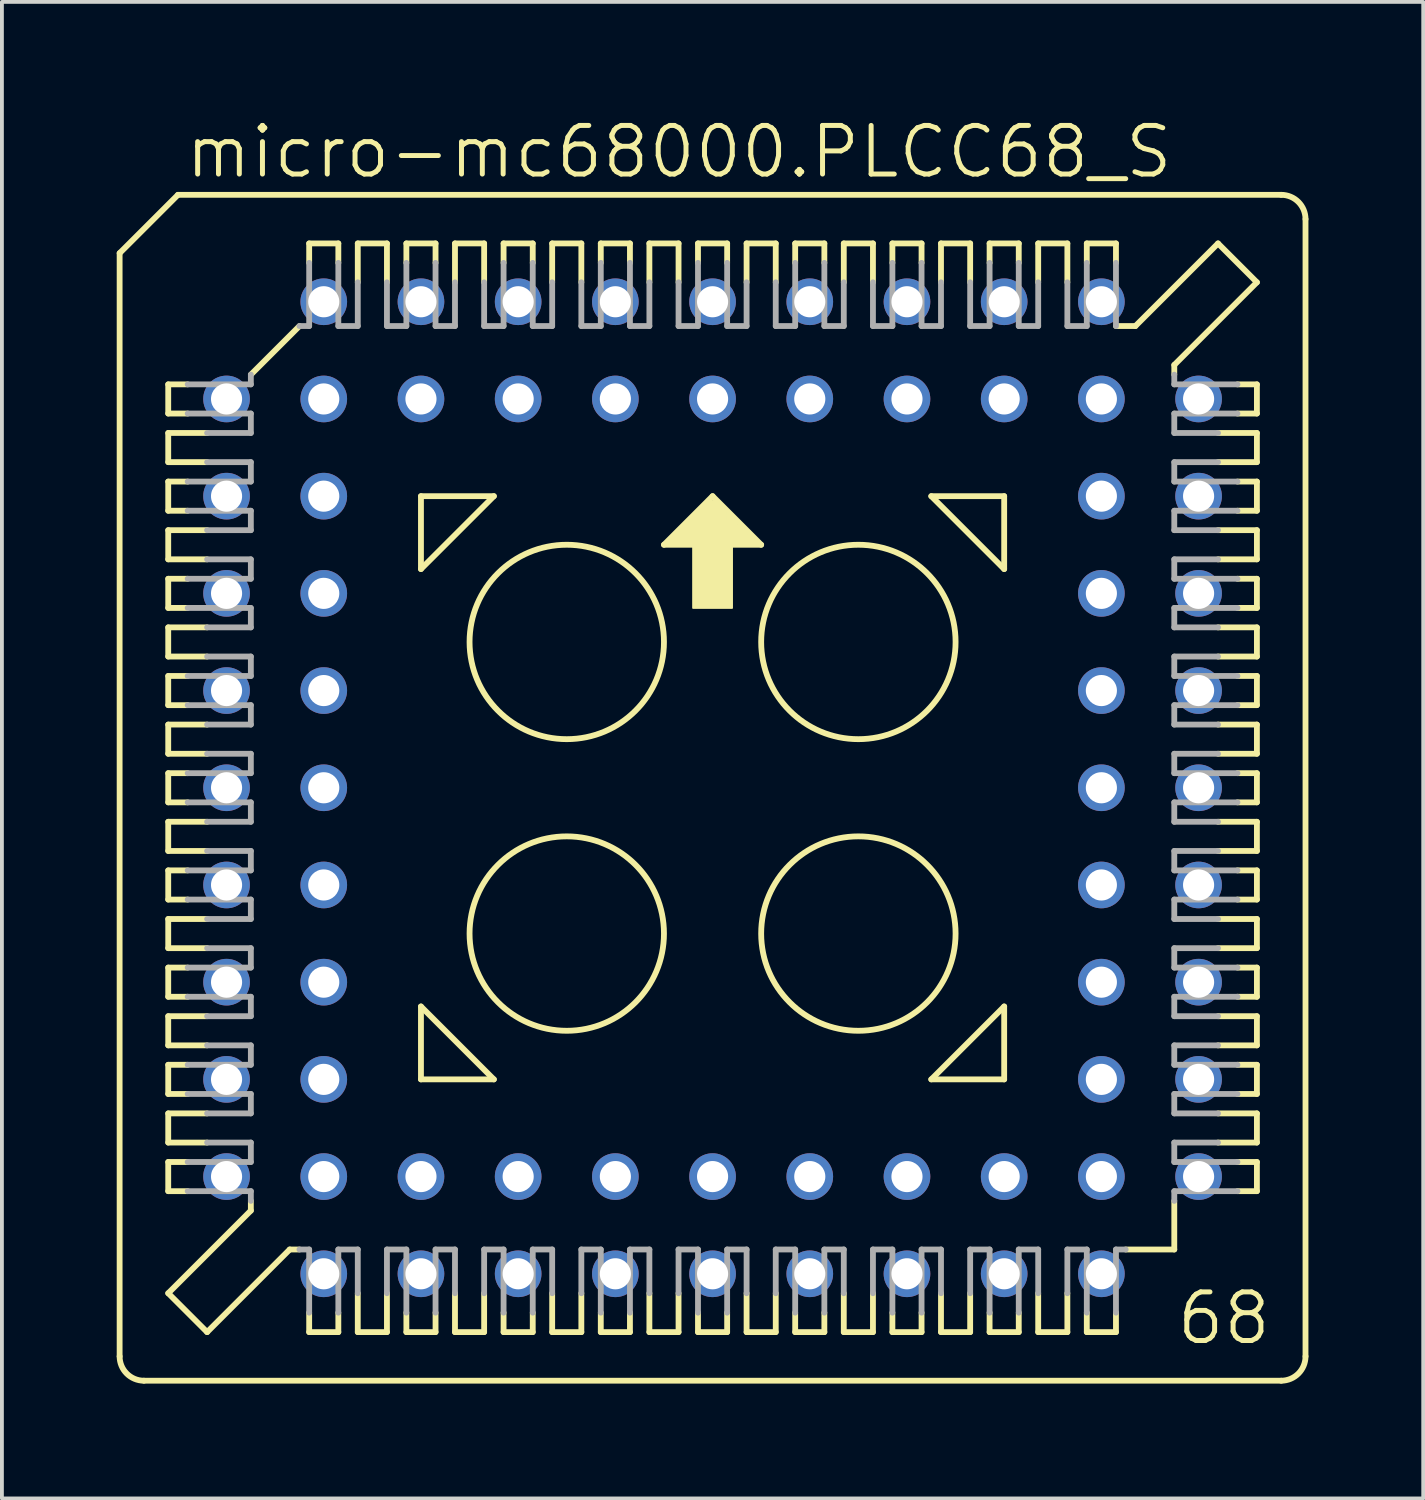
<source format=kicad_pcb>
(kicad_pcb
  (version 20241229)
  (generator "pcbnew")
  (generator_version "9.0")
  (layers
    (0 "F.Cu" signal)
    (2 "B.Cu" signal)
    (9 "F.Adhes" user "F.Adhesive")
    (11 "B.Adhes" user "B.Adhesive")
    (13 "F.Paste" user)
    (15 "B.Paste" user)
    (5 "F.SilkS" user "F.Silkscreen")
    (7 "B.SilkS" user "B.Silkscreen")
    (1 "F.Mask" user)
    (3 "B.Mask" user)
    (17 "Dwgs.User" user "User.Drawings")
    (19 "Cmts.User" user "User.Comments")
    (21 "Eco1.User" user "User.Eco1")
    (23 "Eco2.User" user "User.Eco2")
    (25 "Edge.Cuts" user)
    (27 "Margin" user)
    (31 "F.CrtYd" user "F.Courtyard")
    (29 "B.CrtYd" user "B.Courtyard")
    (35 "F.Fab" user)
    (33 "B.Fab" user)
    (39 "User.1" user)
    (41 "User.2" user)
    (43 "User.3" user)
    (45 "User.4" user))
  (footprint "micro-mc68000.PLCC68_S"
    (layer "F.Cu")
    (at 15.57 17.535)
    (property "Reference" "micro-mc68000.PLCC68_S" (at -13.843 -15.875 0) (layer "F.SilkS") (effects (font (size 1.27 1.27) (thickness 0.13)) (justify left bottom)))
    (attr through_hole)
    (fp_line (start -15.494 -13.97) (end -15.494 14.859) (stroke (width 0.152) (type default)) (layer "F.SilkS"))
    (fp_line (start -14.224 -10.541) (end -14.224 -9.779) (stroke (width 0.152) (type default)) (layer "F.SilkS"))
    (fp_line (start -14.224 -9.779) (end -13.716 -9.779) (stroke (width 0.152) (type default)) (layer "F.SilkS"))
    (fp_line (start -14.224 -9.271) (end -14.224 -8.509) (stroke (width 0.152) (type default)) (layer "F.SilkS"))
    (fp_line (start -14.224 -8.509) (end -13.208 -8.509) (stroke (width 0.152) (type default)) (layer "F.SilkS"))
    (fp_line (start -14.224 -8.001) (end -13.716 -8.001) (stroke (width 0.152) (type default)) (layer "F.SilkS"))
    (fp_line (start -14.224 -7.239) (end -14.224 -8.001) (stroke (width 0.152) (type default)) (layer "F.SilkS"))
    (fp_line (start -14.224 -6.731) (end -14.224 -5.969) (stroke (width 0.152) (type default)) (layer "F.SilkS"))
    (fp_line (start -14.224 -5.969) (end -13.208 -5.969) (stroke (width 0.152) (type default)) (layer "F.SilkS"))
    (fp_line (start -14.224 -5.461) (end -14.224 -4.699) (stroke (width 0.152) (type default)) (layer "F.SilkS"))
    (fp_line (start -14.224 -4.699) (end -13.716 -4.699) (stroke (width 0.152) (type default)) (layer "F.SilkS"))
    (fp_line (start -14.224 -4.191) (end -14.224 -3.429) (stroke (width 0.152) (type default)) (layer "F.SilkS"))
    (fp_line (start -14.224 -3.429) (end -13.208 -3.429) (stroke (width 0.152) (type default)) (layer "F.SilkS"))
    (fp_line (start -14.224 -2.921) (end -14.224 -2.159) (stroke (width 0.152) (type default)) (layer "F.SilkS"))
    (fp_line (start -14.224 -2.159) (end -13.716 -2.159) (stroke (width 0.152) (type default)) (layer "F.SilkS"))
    (fp_line (start -14.224 -1.651) (end -13.208 -1.651) (stroke (width 0.152) (type default)) (layer "F.SilkS"))
    (fp_line (start -14.224 -0.889) (end -14.224 -1.651) (stroke (width 0.152) (type default)) (layer "F.SilkS"))
    (fp_line (start -14.224 -0.381) (end -13.716 -0.381) (stroke (width 0.152) (type default)) (layer "F.SilkS"))
    (fp_line (start -14.224 0.381) (end -14.224 -0.381) (stroke (width 0.152) (type default)) (layer "F.SilkS"))
    (fp_line (start -14.224 0.889) (end -13.208 0.889) (stroke (width 0.152) (type default)) (layer "F.SilkS"))
    (fp_line (start -14.224 1.651) (end -14.224 0.889) (stroke (width 0.152) (type default)) (layer "F.SilkS"))
    (fp_line (start -14.224 2.159) (end -13.716 2.159) (stroke (width 0.152) (type default)) (layer "F.SilkS"))
    (fp_line (start -14.224 2.921) (end -14.224 2.159) (stroke (width 0.152) (type default)) (layer "F.SilkS"))
    (fp_line (start -14.224 3.429) (end -13.208 3.429) (stroke (width 0.152) (type default)) (layer "F.SilkS"))
    (fp_line (start -14.224 4.191) (end -14.224 3.429) (stroke (width 0.152) (type default)) (layer "F.SilkS"))
    (fp_line (start -14.224 4.699) (end -13.716 4.699) (stroke (width 0.152) (type default)) (layer "F.SilkS"))
    (fp_line (start -14.224 5.461) (end -14.224 4.699) (stroke (width 0.152) (type default)) (layer "F.SilkS"))
    (fp_line (start -14.224 5.969) (end -14.224 6.731) (stroke (width 0.152) (type default)) (layer "F.SilkS"))
    (fp_line (start -14.224 6.731) (end -13.208 6.731) (stroke (width 0.152) (type default)) (layer "F.SilkS"))
    (fp_line (start -14.224 7.239) (end -14.224 8.001) (stroke (width 0.152) (type default)) (layer "F.SilkS"))
    (fp_line (start -14.224 8.001) (end -13.716 8.001) (stroke (width 0.152) (type default)) (layer "F.SilkS"))
    (fp_line (start -14.224 8.509) (end -14.224 9.271) (stroke (width 0.152) (type default)) (layer "F.SilkS"))
    (fp_line (start -14.224 9.271) (end -13.208 9.271) (stroke (width 0.152) (type default)) (layer "F.SilkS"))
    (fp_line (start -14.224 9.779) (end -13.716 9.779) (stroke (width 0.152) (type default)) (layer "F.SilkS"))
    (fp_line (start -14.224 10.541) (end -14.224 9.779) (stroke (width 0.152) (type default)) (layer "F.SilkS"))
    (fp_line (start -14.224 13.208) (end -12.065 11.049) (stroke (width 0.152) (type default)) (layer "F.SilkS"))
    (fp_line (start -13.97 -15.494) (end -15.494 -13.97) (stroke (width 0.152) (type default)) (layer "F.SilkS"))
    (fp_line (start -13.716 -10.541) (end -14.224 -10.541) (stroke (width 0.152) (type default)) (layer "F.SilkS"))
    (fp_line (start -13.716 -7.239) (end -14.224 -7.239) (stroke (width 0.152) (type default)) (layer "F.SilkS"))
    (fp_line (start -13.716 -5.461) (end -14.224 -5.461) (stroke (width 0.152) (type default)) (layer "F.SilkS"))
    (fp_line (start -13.716 -2.921) (end -14.224 -2.921) (stroke (width 0.152) (type default)) (layer "F.SilkS"))
    (fp_line (start -13.716 0.381) (end -14.224 0.381) (stroke (width 0.152) (type default)) (layer "F.SilkS"))
    (fp_line (start -13.716 2.921) (end -14.224 2.921) (stroke (width 0.152) (type default)) (layer "F.SilkS"))
    (fp_line (start -13.716 5.461) (end -14.224 5.461) (stroke (width 0.152) (type default)) (layer "F.SilkS"))
    (fp_line (start -13.716 7.239) (end -14.224 7.239) (stroke (width 0.152) (type default)) (layer "F.SilkS"))
    (fp_line (start -13.716 10.541) (end -14.224 10.541) (stroke (width 0.152) (type default)) (layer "F.SilkS"))
    (fp_line (start -13.208 -9.271) (end -14.224 -9.271) (stroke (width 0.152) (type default)) (layer "F.SilkS"))
    (fp_line (start -13.208 -6.731) (end -14.224 -6.731) (stroke (width 0.152) (type default)) (layer "F.SilkS"))
    (fp_line (start -13.208 -4.191) (end -14.224 -4.191) (stroke (width 0.152) (type default)) (layer "F.SilkS"))
    (fp_line (start -13.208 -0.889) (end -14.224 -0.889) (stroke (width 0.152) (type default)) (layer "F.SilkS"))
    (fp_line (start -13.208 1.651) (end -14.224 1.651) (stroke (width 0.152) (type default)) (layer "F.SilkS"))
    (fp_line (start -13.208 4.191) (end -14.224 4.191) (stroke (width 0.152) (type default)) (layer "F.SilkS"))
    (fp_line (start -13.208 5.969) (end -14.224 5.969) (stroke (width 0.152) (type default)) (layer "F.SilkS"))
    (fp_line (start -13.208 8.509) (end -14.224 8.509) (stroke (width 0.152) (type default)) (layer "F.SilkS"))
    (fp_line (start -13.208 14.224) (end -14.224 13.208) (stroke (width 0.152) (type default)) (layer "F.SilkS"))
    (fp_line (start -13.208 14.224) (end -11.049 12.065) (stroke (width 0.152) (type default)) (layer "F.SilkS"))
    (fp_line (start -12.065 -10.795) (end -10.795 -12.065) (stroke (width 0.152) (type default)) (layer "F.SilkS"))
    (fp_line (start -12.065 11.049) (end -12.065 10.795) (stroke (width 0.152) (type default)) (layer "F.SilkS"))
    (fp_line (start -11.049 12.065) (end -10.795 12.065) (stroke (width 0.152) (type default)) (layer "F.SilkS"))
    (fp_line (start -10.541 -14.224) (end -10.541 -13.716) (stroke (width 0.152) (type default)) (layer "F.SilkS"))
    (fp_line (start -10.541 13.716) (end -10.541 14.224) (stroke (width 0.152) (type default)) (layer "F.SilkS"))
    (fp_line (start -10.541 14.224) (end -9.779 14.224) (stroke (width 0.152) (type default)) (layer "F.SilkS"))
    (fp_line (start -9.779 -14.224) (end -10.541 -14.224) (stroke (width 0.152) (type default)) (layer "F.SilkS"))
    (fp_line (start -9.779 -13.716) (end -9.779 -14.224) (stroke (width 0.152) (type default)) (layer "F.SilkS"))
    (fp_line (start -9.779 14.224) (end -9.779 13.716) (stroke (width 0.152) (type default)) (layer "F.SilkS"))
    (fp_line (start -9.271 -14.224) (end -9.271 -13.208) (stroke (width 0.152) (type default)) (layer "F.SilkS"))
    (fp_line (start -9.271 13.208) (end -9.271 14.224) (stroke (width 0.152) (type default)) (layer "F.SilkS"))
    (fp_line (start -9.271 14.224) (end -8.509 14.224) (stroke (width 0.152) (type default)) (layer "F.SilkS"))
    (fp_line (start -8.509 -14.224) (end -9.271 -14.224) (stroke (width 0.152) (type default)) (layer "F.SilkS"))
    (fp_line (start -8.509 -13.208) (end -8.509 -14.224) (stroke (width 0.152) (type default)) (layer "F.SilkS"))
    (fp_line (start -8.509 14.224) (end -8.509 13.208) (stroke (width 0.152) (type default)) (layer "F.SilkS"))
    (fp_line (start -8.001 -14.224) (end -8.001 -13.716) (stroke (width 0.152) (type default)) (layer "F.SilkS"))
    (fp_line (start -8.001 14.224) (end -8.001 13.716) (stroke (width 0.152) (type default)) (layer "F.SilkS"))
    (fp_line (start -7.62 -7.62) (end -5.715 -7.62) (stroke (width 0.152) (type default)) (layer "F.SilkS"))
    (fp_line (start -7.62 -5.715) (end -7.62 -7.62) (stroke (width 0.152) (type default)) (layer "F.SilkS"))
    (fp_line (start -7.62 5.715) (end -5.715 7.62) (stroke (width 0.152) (type default)) (layer "F.SilkS"))
    (fp_line (start -7.62 7.62) (end -7.62 5.715) (stroke (width 0.152) (type default)) (layer "F.SilkS"))
    (fp_line (start -7.239 -14.224) (end -8.001 -14.224) (stroke (width 0.152) (type default)) (layer "F.SilkS"))
    (fp_line (start -7.239 -13.716) (end -7.239 -14.224) (stroke (width 0.152) (type default)) (layer "F.SilkS"))
    (fp_line (start -7.239 13.716) (end -7.239 14.224) (stroke (width 0.152) (type default)) (layer "F.SilkS"))
    (fp_line (start -7.239 14.224) (end -8.001 14.224) (stroke (width 0.152) (type default)) (layer "F.SilkS"))
    (fp_line (start -6.731 -14.224) (end -6.731 -13.208) (stroke (width 0.152) (type default)) (layer "F.SilkS"))
    (fp_line (start -6.731 13.208) (end -6.731 14.224) (stroke (width 0.152) (type default)) (layer "F.SilkS"))
    (fp_line (start -6.731 14.224) (end -5.969 14.224) (stroke (width 0.152) (type default)) (layer "F.SilkS"))
    (fp_line (start -5.969 -14.224) (end -6.731 -14.224) (stroke (width 0.152) (type default)) (layer "F.SilkS"))
    (fp_line (start -5.969 -13.208) (end -5.969 -14.224) (stroke (width 0.152) (type default)) (layer "F.SilkS"))
    (fp_line (start -5.969 14.224) (end -5.969 13.208) (stroke (width 0.152) (type default)) (layer "F.SilkS"))
    (fp_line (start -5.715 -7.62) (end -7.62 -5.715) (stroke (width 0.152) (type default)) (layer "F.SilkS"))
    (fp_line (start -5.715 7.62) (end -7.62 7.62) (stroke (width 0.152) (type default)) (layer "F.SilkS"))
    (fp_line (start -5.461 -14.224) (end -5.461 -13.716) (stroke (width 0.152) (type default)) (layer "F.SilkS"))
    (fp_line (start -5.461 13.716) (end -5.461 14.224) (stroke (width 0.152) (type default)) (layer "F.SilkS"))
    (fp_line (start -5.461 14.224) (end -4.699 14.224) (stroke (width 0.152) (type default)) (layer "F.SilkS"))
    (fp_line (start -4.699 -14.224) (end -5.461 -14.224) (stroke (width 0.152) (type default)) (layer "F.SilkS"))
    (fp_line (start -4.699 -13.716) (end -4.699 -14.224) (stroke (width 0.152) (type default)) (layer "F.SilkS"))
    (fp_line (start -4.699 14.224) (end -4.699 13.716) (stroke (width 0.152) (type default)) (layer "F.SilkS"))
    (fp_line (start -4.191 -14.224) (end -4.191 -13.208) (stroke (width 0.152) (type default)) (layer "F.SilkS"))
    (fp_line (start -4.191 13.208) (end -4.191 14.224) (stroke (width 0.152) (type default)) (layer "F.SilkS"))
    (fp_line (start -4.191 14.224) (end -3.429 14.224) (stroke (width 0.152) (type default)) (layer "F.SilkS"))
    (fp_line (start -3.429 -14.224) (end -4.191 -14.224) (stroke (width 0.152) (type default)) (layer "F.SilkS"))
    (fp_line (start -3.429 -13.208) (end -3.429 -14.224) (stroke (width 0.152) (type default)) (layer "F.SilkS"))
    (fp_line (start -3.429 14.224) (end -3.429 13.208) (stroke (width 0.152) (type default)) (layer "F.SilkS"))
    (fp_line (start -2.921 -14.224) (end -2.921 -13.716) (stroke (width 0.152) (type default)) (layer "F.SilkS"))
    (fp_line (start -2.921 13.716) (end -2.921 14.224) (stroke (width 0.152) (type default)) (layer "F.SilkS"))
    (fp_line (start -2.921 14.224) (end -2.159 14.224) (stroke (width 0.152) (type default)) (layer "F.SilkS"))
    (fp_line (start -2.159 -14.224) (end -2.921 -14.224) (stroke (width 0.152) (type default)) (layer "F.SilkS"))
    (fp_line (start -2.159 -13.716) (end -2.159 -14.224) (stroke (width 0.152) (type default)) (layer "F.SilkS"))
    (fp_line (start -2.159 14.224) (end -2.159 13.716) (stroke (width 0.152) (type default)) (layer "F.SilkS"))
    (fp_line (start -1.651 -14.224) (end -1.651 -13.208) (stroke (width 0.152) (type default)) (layer "F.SilkS"))
    (fp_line (start -1.651 13.208) (end -1.651 14.224) (stroke (width 0.152) (type default)) (layer "F.SilkS"))
    (fp_line (start -1.651 14.224) (end -0.889 14.224) (stroke (width 0.152) (type default)) (layer "F.SilkS"))
    (fp_line (start -1.27 -6.35) (end 1.27 -6.35) (stroke (width 0.152) (type default)) (layer "F.SilkS"))
    (fp_line (start -0.889 -14.224) (end -1.651 -14.224) (stroke (width 0.152) (type default)) (layer "F.SilkS"))
    (fp_line (start -0.889 -13.208) (end -0.889 -14.224) (stroke (width 0.152) (type default)) (layer "F.SilkS"))
    (fp_line (start -0.889 14.224) (end -0.889 13.208) (stroke (width 0.152) (type default)) (layer "F.SilkS"))
    (fp_line (start -0.381 -14.224) (end -0.381 -13.716) (stroke (width 0.152) (type default)) (layer "F.SilkS"))
    (fp_line (start -0.381 13.716) (end -0.381 14.224) (stroke (width 0.152) (type default)) (layer "F.SilkS"))
    (fp_line (start -0.381 14.224) (end 0.381 14.224) (stroke (width 0.152) (type default)) (layer "F.SilkS"))
    (fp_line (start 0 -7.62) (end -1.27 -6.35) (stroke (width 0.152) (type default)) (layer "F.SilkS"))
    (fp_line (start 0.381 -14.224) (end -0.381 -14.224) (stroke (width 0.152) (type default)) (layer "F.SilkS"))
    (fp_line (start 0.381 -13.716) (end 0.381 -14.224) (stroke (width 0.152) (type default)) (layer "F.SilkS"))
    (fp_line (start 0.381 14.224) (end 0.381 13.716) (stroke (width 0.152) (type default)) (layer "F.SilkS"))
    (fp_line (start 0.889 -14.224) (end 0.889 -13.208) (stroke (width 0.152) (type default)) (layer "F.SilkS"))
    (fp_line (start 0.889 13.208) (end 0.889 14.224) (stroke (width 0.152) (type default)) (layer "F.SilkS"))
    (fp_line (start 0.889 14.224) (end 1.651 14.224) (stroke (width 0.152) (type default)) (layer "F.SilkS"))
    (fp_line (start 1.27 -6.35) (end 0 -7.62) (stroke (width 0.152) (type default)) (layer "F.SilkS"))
    (fp_line (start 1.651 -14.224) (end 0.889 -14.224) (stroke (width 0.152) (type default)) (layer "F.SilkS"))
    (fp_line (start 1.651 -13.208) (end 1.651 -14.224) (stroke (width 0.152) (type default)) (layer "F.SilkS"))
    (fp_line (start 1.651 14.224) (end 1.651 13.208) (stroke (width 0.152) (type default)) (layer "F.SilkS"))
    (fp_line (start 2.159 -14.224) (end 2.159 -13.716) (stroke (width 0.152) (type default)) (layer "F.SilkS"))
    (fp_line (start 2.159 13.716) (end 2.159 14.224) (stroke (width 0.152) (type default)) (layer "F.SilkS"))
    (fp_line (start 2.159 14.224) (end 2.921 14.224) (stroke (width 0.152) (type default)) (layer "F.SilkS"))
    (fp_line (start 2.921 -14.224) (end 2.159 -14.224) (stroke (width 0.152) (type default)) (layer "F.SilkS"))
    (fp_line (start 2.921 -13.716) (end 2.921 -14.224) (stroke (width 0.152) (type default)) (layer "F.SilkS"))
    (fp_line (start 2.921 14.224) (end 2.921 13.716) (stroke (width 0.152) (type default)) (layer "F.SilkS"))
    (fp_line (start 3.429 -14.224) (end 3.429 -13.208) (stroke (width 0.152) (type default)) (layer "F.SilkS"))
    (fp_line (start 3.429 13.208) (end 3.429 14.224) (stroke (width 0.152) (type default)) (layer "F.SilkS"))
    (fp_line (start 3.429 14.224) (end 4.191 14.224) (stroke (width 0.152) (type default)) (layer "F.SilkS"))
    (fp_line (start 4.191 -14.224) (end 3.429 -14.224) (stroke (width 0.152) (type default)) (layer "F.SilkS"))
    (fp_line (start 4.191 -13.208) (end 4.191 -14.224) (stroke (width 0.152) (type default)) (layer "F.SilkS"))
    (fp_line (start 4.191 14.224) (end 4.191 13.208) (stroke (width 0.152) (type default)) (layer "F.SilkS"))
    (fp_line (start 4.699 -14.224) (end 4.699 -13.716) (stroke (width 0.152) (type default)) (layer "F.SilkS"))
    (fp_line (start 4.699 13.716) (end 4.699 14.224) (stroke (width 0.152) (type default)) (layer "F.SilkS"))
    (fp_line (start 4.699 14.224) (end 5.461 14.224) (stroke (width 0.152) (type default)) (layer "F.SilkS"))
    (fp_line (start 5.461 -14.224) (end 4.699 -14.224) (stroke (width 0.152) (type default)) (layer "F.SilkS"))
    (fp_line (start 5.461 -13.716) (end 5.461 -14.224) (stroke (width 0.152) (type default)) (layer "F.SilkS"))
    (fp_line (start 5.461 14.224) (end 5.461 13.716) (stroke (width 0.152) (type default)) (layer "F.SilkS"))
    (fp_line (start 5.715 -7.62) (end 7.62 -7.62) (stroke (width 0.152) (type default)) (layer "F.SilkS"))
    (fp_line (start 5.715 7.62) (end 7.62 7.62) (stroke (width 0.152) (type default)) (layer "F.SilkS"))
    (fp_line (start 5.969 -14.224) (end 5.969 -13.208) (stroke (width 0.152) (type default)) (layer "F.SilkS"))
    (fp_line (start 5.969 13.208) (end 5.969 14.224) (stroke (width 0.152) (type default)) (layer "F.SilkS"))
    (fp_line (start 5.969 14.224) (end 6.731 14.224) (stroke (width 0.152) (type default)) (layer "F.SilkS"))
    (fp_line (start 6.731 -14.224) (end 5.969 -14.224) (stroke (width 0.152) (type default)) (layer "F.SilkS"))
    (fp_line (start 6.731 -13.208) (end 6.731 -14.224) (stroke (width 0.152) (type default)) (layer "F.SilkS"))
    (fp_line (start 6.731 14.224) (end 6.731 13.208) (stroke (width 0.152) (type default)) (layer "F.SilkS"))
    (fp_line (start 7.239 -14.224) (end 8.001 -14.224) (stroke (width 0.152) (type default)) (layer "F.SilkS"))
    (fp_line (start 7.239 -13.716) (end 7.239 -14.224) (stroke (width 0.152) (type default)) (layer "F.SilkS"))
    (fp_line (start 7.239 13.716) (end 7.239 14.224) (stroke (width 0.152) (type default)) (layer "F.SilkS"))
    (fp_line (start 7.239 14.224) (end 8.001 14.224) (stroke (width 0.152) (type default)) (layer "F.SilkS"))
    (fp_line (start 7.62 -7.62) (end 7.62 -5.715) (stroke (width 0.152) (type default)) (layer "F.SilkS"))
    (fp_line (start 7.62 -5.715) (end 5.715 -7.62) (stroke (width 0.152) (type default)) (layer "F.SilkS"))
    (fp_line (start 7.62 5.715) (end 5.715 7.62) (stroke (width 0.152) (type default)) (layer "F.SilkS"))
    (fp_line (start 7.62 7.62) (end 7.62 5.715) (stroke (width 0.152) (type default)) (layer "F.SilkS"))
    (fp_line (start 8.001 -14.224) (end 8.001 -13.716) (stroke (width 0.152) (type default)) (layer "F.SilkS"))
    (fp_line (start 8.001 14.224) (end 8.001 13.716) (stroke (width 0.152) (type default)) (layer "F.SilkS"))
    (fp_line (start 8.509 -14.224) (end 8.509 -13.208) (stroke (width 0.152) (type default)) (layer "F.SilkS"))
    (fp_line (start 8.509 13.208) (end 8.509 14.224) (stroke (width 0.152) (type default)) (layer "F.SilkS"))
    (fp_line (start 8.509 14.224) (end 9.271 14.224) (stroke (width 0.152) (type default)) (layer "F.SilkS"))
    (fp_line (start 9.271 -14.224) (end 8.509 -14.224) (stroke (width 0.152) (type default)) (layer "F.SilkS"))
    (fp_line (start 9.271 -13.208) (end 9.271 -14.224) (stroke (width 0.152) (type default)) (layer "F.SilkS"))
    (fp_line (start 9.271 14.224) (end 9.271 13.208) (stroke (width 0.152) (type default)) (layer "F.SilkS"))
    (fp_line (start 9.779 -14.224) (end 9.779 -13.716) (stroke (width 0.152) (type default)) (layer "F.SilkS"))
    (fp_line (start 9.779 13.716) (end 9.779 14.224) (stroke (width 0.152) (type default)) (layer "F.SilkS"))
    (fp_line (start 9.779 14.224) (end 10.541 14.224) (stroke (width 0.152) (type default)) (layer "F.SilkS"))
    (fp_line (start 10.541 -14.224) (end 9.779 -14.224) (stroke (width 0.152) (type default)) (layer "F.SilkS"))
    (fp_line (start 10.541 -13.716) (end 10.541 -14.224) (stroke (width 0.152) (type default)) (layer "F.SilkS"))
    (fp_line (start 10.541 14.224) (end 10.541 13.716) (stroke (width 0.152) (type default)) (layer "F.SilkS"))
    (fp_line (start 10.795 12.065) (end 12.065 12.065) (stroke (width 0.152) (type default)) (layer "F.SilkS"))
    (fp_line (start 11.049 -12.065) (end 10.541 -12.065) (stroke (width 0.152) (type default)) (layer "F.SilkS"))
    (fp_line (start 12.065 -11.049) (end 12.065 -10.795) (stroke (width 0.152) (type default)) (layer "F.SilkS"))
    (fp_line (start 12.065 12.065) (end 12.065 10.795) (stroke (width 0.152) (type default)) (layer "F.SilkS"))
    (fp_line (start 13.208 -14.224) (end 11.049 -12.065) (stroke (width 0.152) (type default)) (layer "F.SilkS"))
    (fp_line (start 13.208 -8.509) (end 14.224 -8.509) (stroke (width 0.152) (type default)) (layer "F.SilkS"))
    (fp_line (start 13.208 -5.969) (end 14.224 -5.969) (stroke (width 0.152) (type default)) (layer "F.SilkS"))
    (fp_line (start 13.208 -4.191) (end 14.224 -4.191) (stroke (width 0.152) (type default)) (layer "F.SilkS"))
    (fp_line (start 13.208 -1.651) (end 14.224 -1.651) (stroke (width 0.152) (type default)) (layer "F.SilkS"))
    (fp_line (start 13.208 0.889) (end 14.224 0.889) (stroke (width 0.152) (type default)) (layer "F.SilkS"))
    (fp_line (start 13.208 4.191) (end 14.224 4.191) (stroke (width 0.152) (type default)) (layer "F.SilkS"))
    (fp_line (start 13.208 6.731) (end 14.224 6.731) (stroke (width 0.152) (type default)) (layer "F.SilkS"))
    (fp_line (start 13.208 9.271) (end 14.224 9.271) (stroke (width 0.152) (type default)) (layer "F.SilkS"))
    (fp_line (start 13.716 -10.541) (end 14.224 -10.541) (stroke (width 0.152) (type default)) (layer "F.SilkS"))
    (fp_line (start 13.716 -7.239) (end 14.224 -7.239) (stroke (width 0.152) (type default)) (layer "F.SilkS"))
    (fp_line (start 13.716 -5.461) (end 14.224 -5.461) (stroke (width 0.152) (type default)) (layer "F.SilkS"))
    (fp_line (start 13.716 -2.921) (end 14.224 -2.921) (stroke (width 0.152) (type default)) (layer "F.SilkS"))
    (fp_line (start 13.716 -0.381) (end 14.224 -0.381) (stroke (width 0.152) (type default)) (layer "F.SilkS"))
    (fp_line (start 13.716 2.921) (end 14.224 2.921) (stroke (width 0.152) (type default)) (layer "F.SilkS"))
    (fp_line (start 13.716 5.461) (end 14.224 5.461) (stroke (width 0.152) (type default)) (layer "F.SilkS"))
    (fp_line (start 13.716 7.239) (end 14.224 7.239) (stroke (width 0.152) (type default)) (layer "F.SilkS"))
    (fp_line (start 13.716 10.541) (end 14.224 10.541) (stroke (width 0.152) (type default)) (layer "F.SilkS"))
    (fp_line (start 14.224 -13.208) (end 12.065 -11.049) (stroke (width 0.152) (type default)) (layer "F.SilkS"))
    (fp_line (start 14.224 -13.208) (end 13.208 -14.224) (stroke (width 0.152) (type default)) (layer "F.SilkS"))
    (fp_line (start 14.224 -10.541) (end 14.224 -9.779) (stroke (width 0.152) (type default)) (layer "F.SilkS"))
    (fp_line (start 14.224 -9.779) (end 13.716 -9.779) (stroke (width 0.152) (type default)) (layer "F.SilkS"))
    (fp_line (start 14.224 -9.271) (end 13.208 -9.271) (stroke (width 0.152) (type default)) (layer "F.SilkS"))
    (fp_line (start 14.224 -8.509) (end 14.224 -9.271) (stroke (width 0.152) (type default)) (layer "F.SilkS"))
    (fp_line (start 14.224 -8.001) (end 13.716 -8.001) (stroke (width 0.152) (type default)) (layer "F.SilkS"))
    (fp_line (start 14.224 -7.239) (end 14.224 -8.001) (stroke (width 0.152) (type default)) (layer "F.SilkS"))
    (fp_line (start 14.224 -6.731) (end 13.208 -6.731) (stroke (width 0.152) (type default)) (layer "F.SilkS"))
    (fp_line (start 14.224 -5.969) (end 14.224 -6.731) (stroke (width 0.152) (type default)) (layer "F.SilkS"))
    (fp_line (start 14.224 -5.461) (end 14.224 -4.699) (stroke (width 0.152) (type default)) (layer "F.SilkS"))
    (fp_line (start 14.224 -4.699) (end 13.716 -4.699) (stroke (width 0.152) (type default)) (layer "F.SilkS"))
    (fp_line (start 14.224 -4.191) (end 14.224 -3.429) (stroke (width 0.152) (type default)) (layer "F.SilkS"))
    (fp_line (start 14.224 -3.429) (end 13.208 -3.429) (stroke (width 0.152) (type default)) (layer "F.SilkS"))
    (fp_line (start 14.224 -2.921) (end 14.224 -2.159) (stroke (width 0.152) (type default)) (layer "F.SilkS"))
    (fp_line (start 14.224 -2.159) (end 13.716 -2.159) (stroke (width 0.152) (type default)) (layer "F.SilkS"))
    (fp_line (start 14.224 -1.651) (end 14.224 -0.889) (stroke (width 0.152) (type default)) (layer "F.SilkS"))
    (fp_line (start 14.224 -0.889) (end 13.208 -0.889) (stroke (width 0.152) (type default)) (layer "F.SilkS"))
    (fp_line (start 14.224 -0.381) (end 14.224 0.381) (stroke (width 0.152) (type default)) (layer "F.SilkS"))
    (fp_line (start 14.224 0.381) (end 13.716 0.381) (stroke (width 0.152) (type default)) (layer "F.SilkS"))
    (fp_line (start 14.224 0.889) (end 14.224 1.651) (stroke (width 0.152) (type default)) (layer "F.SilkS"))
    (fp_line (start 14.224 1.651) (end 13.208 1.651) (stroke (width 0.152) (type default)) (layer "F.SilkS"))
    (fp_line (start 14.224 2.159) (end 13.716 2.159) (stroke (width 0.152) (type default)) (layer "F.SilkS"))
    (fp_line (start 14.224 2.921) (end 14.224 2.159) (stroke (width 0.152) (type default)) (layer "F.SilkS"))
    (fp_line (start 14.224 3.429) (end 13.208 3.429) (stroke (width 0.152) (type default)) (layer "F.SilkS"))
    (fp_line (start 14.224 4.191) (end 14.224 3.429) (stroke (width 0.152) (type default)) (layer "F.SilkS"))
    (fp_line (start 14.224 4.699) (end 13.716 4.699) (stroke (width 0.152) (type default)) (layer "F.SilkS"))
    (fp_line (start 14.224 5.461) (end 14.224 4.699) (stroke (width 0.152) (type default)) (layer "F.SilkS"))
    (fp_line (start 14.224 5.969) (end 13.208 5.969) (stroke (width 0.152) (type default)) (layer "F.SilkS"))
    (fp_line (start 14.224 6.731) (end 14.224 5.969) (stroke (width 0.152) (type default)) (layer "F.SilkS"))
    (fp_line (start 14.224 7.239) (end 14.224 8.001) (stroke (width 0.152) (type default)) (layer "F.SilkS"))
    (fp_line (start 14.224 8.001) (end 13.716 8.001) (stroke (width 0.152) (type default)) (layer "F.SilkS"))
    (fp_line (start 14.224 8.509) (end 13.208 8.509) (stroke (width 0.152) (type default)) (layer "F.SilkS"))
    (fp_line (start 14.224 9.271) (end 14.224 8.509) (stroke (width 0.152) (type default)) (layer "F.SilkS"))
    (fp_line (start 14.224 9.779) (end 13.716 9.779) (stroke (width 0.152) (type default)) (layer "F.SilkS"))
    (fp_line (start 14.224 10.541) (end 14.224 9.779) (stroke (width 0.152) (type default)) (layer "F.SilkS"))
    (fp_line (start 14.859 -15.494) (end -13.97 -15.494) (stroke (width 0.152) (type default)) (layer "F.SilkS"))
    (fp_line (start 14.859 15.494) (end -14.859 15.494) (stroke (width 0.152) (type default)) (layer "F.SilkS"))
    (fp_line (start 15.494 -14.859) (end 15.494 14.859) (stroke (width 0.152) (type default)) (layer "F.SilkS"))
    (fp_rect (start -1.143 -6.35) (end -0.889 -6.477) (stroke (width 0.05) (type default)) (fill yes) (layer "F.SilkS"))
    (fp_rect (start -1.016 -6.477) (end -0.889 -6.604) (stroke (width 0.05) (type default)) (fill yes) (layer "F.SilkS"))
    (fp_rect (start -0.889 -6.35) (end 0.889 -6.731) (stroke (width 0.05) (type default)) (fill yes) (layer "F.SilkS"))
    (fp_rect (start -0.762 -6.731) (end -0.635 -6.858) (stroke (width 0.05) (type default)) (fill yes) (layer "F.SilkS"))
    (fp_rect (start -0.635 -6.731) (end 0.635 -6.985) (stroke (width 0.05) (type default)) (fill yes) (layer "F.SilkS"))
    (fp_rect (start -0.508 -6.985) (end -0.381 -7.112) (stroke (width 0.05) (type default)) (fill yes) (layer "F.SilkS"))
    (fp_rect (start -0.508 -4.699) (end 0.508 -6.604) (stroke (width 0.05) (type default)) (fill yes) (layer "F.SilkS"))
    (fp_rect (start -0.381 -6.985) (end 0.381 -7.239) (stroke (width 0.05) (type default)) (fill yes) (layer "F.SilkS"))
    (fp_rect (start -0.254 -7.239) (end -0.127 -7.366) (stroke (width 0.05) (type default)) (fill yes) (layer "F.SilkS"))
    (fp_rect (start -0.127 -7.239) (end 0.127 -7.493) (stroke (width 0.05) (type default)) (fill yes) (layer "F.SilkS"))
    (fp_rect (start 0.127 -7.239) (end 0.254 -7.366) (stroke (width 0.05) (type default)) (fill yes) (layer "F.SilkS"))
    (fp_rect (start 0.381 -6.985) (end 0.508 -7.112) (stroke (width 0.05) (type default)) (fill yes) (layer "F.SilkS"))
    (fp_rect (start 0.635 -6.731) (end 0.762 -6.858) (stroke (width 0.05) (type default)) (fill yes) (layer "F.SilkS"))
    (fp_rect (start 0.889 -6.477) (end 1.016 -6.604) (stroke (width 0.05) (type default)) (fill yes) (layer "F.SilkS"))
    (fp_rect (start 0.889 -6.35) (end 1.143 -6.477) (stroke (width 0.05) (type default)) (fill yes) (layer "F.SilkS"))
    (fp_arc (start -14.859 15.494) (mid -15.308013 15.308013) (end -15.494 14.859) (stroke (width 0.1524) (type default)) (layer "F.SilkS"))
    (fp_arc (start 14.859 -15.494) (mid 15.308013 -15.308013) (end 15.494 -14.859) (stroke (width 0.1524) (type default)) (layer "F.SilkS"))
    (fp_arc (start 15.494 14.859) (mid 15.308013 15.308013) (end 14.859 15.494) (stroke (width 0.1524) (type default)) (layer "F.SilkS"))
    (fp_circle (center -3.81 -3.81) (end -1.27 -3.81) (stroke (width 0.152) (type default)) (fill no) (layer "F.SilkS"))
    (fp_circle (center -3.81 3.81) (end -1.27 3.81) (stroke (width 0.152) (type default)) (fill no) (layer "F.SilkS"))
    (fp_circle (center 3.81 -3.81) (end 6.35 -3.81) (stroke (width 0.152) (type default)) (fill no) (layer "F.SilkS"))
    (fp_circle (center 3.81 3.81) (end 6.35 3.81) (stroke (width 0.152) (type default)) (fill no) (layer "F.SilkS"))
    (fp_line (start -13.716 -10.541) (end -12.065 -10.541) (stroke (width 0.152) (type default)) (layer "F.Fab"))
    (fp_line (start -13.716 -7.239) (end -12.065 -7.239) (stroke (width 0.152) (type default)) (layer "F.Fab"))
    (fp_line (start -13.716 -5.461) (end -12.065 -5.461) (stroke (width 0.152) (type default)) (layer "F.Fab"))
    (fp_line (start -13.716 -2.921) (end -12.065 -2.921) (stroke (width 0.152) (type default)) (layer "F.Fab"))
    (fp_line (start -13.716 0.381) (end -12.065 0.381) (stroke (width 0.152) (type default)) (layer "F.Fab"))
    (fp_line (start -13.716 2.921) (end -12.065 2.921) (stroke (width 0.152) (type default)) (layer "F.Fab"))
    (fp_line (start -13.716 5.461) (end -12.065 5.461) (stroke (width 0.152) (type default)) (layer "F.Fab"))
    (fp_line (start -13.716 7.239) (end -12.065 7.239) (stroke (width 0.152) (type default)) (layer "F.Fab"))
    (fp_line (start -13.716 9.779) (end -12.065 9.779) (stroke (width 0.152) (type default)) (layer "F.Fab"))
    (fp_line (start -13.716 10.541) (end -12.065 10.541) (stroke (width 0.152) (type default)) (layer "F.Fab"))
    (fp_line (start -13.208 -9.271) (end -12.065 -9.271) (stroke (width 0.152) (type default)) (layer "F.Fab"))
    (fp_line (start -13.208 -6.731) (end -12.065 -6.731) (stroke (width 0.152) (type default)) (layer "F.Fab"))
    (fp_line (start -13.208 -4.191) (end -12.065 -4.191) (stroke (width 0.152) (type default)) (layer "F.Fab"))
    (fp_line (start -13.208 -0.889) (end -12.065 -0.889) (stroke (width 0.152) (type default)) (layer "F.Fab"))
    (fp_line (start -13.208 1.651) (end -12.065 1.651) (stroke (width 0.152) (type default)) (layer "F.Fab"))
    (fp_line (start -13.208 4.191) (end -12.065 4.191) (stroke (width 0.152) (type default)) (layer "F.Fab"))
    (fp_line (start -13.208 5.969) (end -12.065 5.969) (stroke (width 0.152) (type default)) (layer "F.Fab"))
    (fp_line (start -13.208 8.509) (end -12.065 8.509) (stroke (width 0.152) (type default)) (layer "F.Fab"))
    (fp_line (start -12.065 -10.541) (end -12.065 -10.795) (stroke (width 0.152) (type default)) (layer "F.Fab"))
    (fp_line (start -12.065 -9.779) (end -13.716 -9.779) (stroke (width 0.152) (type default)) (layer "F.Fab"))
    (fp_line (start -12.065 -9.779) (end -12.065 -9.271) (stroke (width 0.152) (type default)) (layer "F.Fab"))
    (fp_line (start -12.065 -8.509) (end -13.208 -8.509) (stroke (width 0.152) (type default)) (layer "F.Fab"))
    (fp_line (start -12.065 -8.001) (end -13.716 -8.001) (stroke (width 0.152) (type default)) (layer "F.Fab"))
    (fp_line (start -12.065 -8.001) (end -12.065 -8.509) (stroke (width 0.152) (type default)) (layer "F.Fab"))
    (fp_line (start -12.065 -6.731) (end -12.065 -7.239) (stroke (width 0.152) (type default)) (layer "F.Fab"))
    (fp_line (start -12.065 -5.969) (end -13.208 -5.969) (stroke (width 0.152) (type default)) (layer "F.Fab"))
    (fp_line (start -12.065 -5.969) (end -12.065 -5.461) (stroke (width 0.152) (type default)) (layer "F.Fab"))
    (fp_line (start -12.065 -4.699) (end -13.716 -4.699) (stroke (width 0.152) (type default)) (layer "F.Fab"))
    (fp_line (start -12.065 -4.699) (end -12.065 -4.191) (stroke (width 0.152) (type default)) (layer "F.Fab"))
    (fp_line (start -12.065 -3.429) (end -13.208 -3.429) (stroke (width 0.152) (type default)) (layer "F.Fab"))
    (fp_line (start -12.065 -3.429) (end -12.065 -2.921) (stroke (width 0.152) (type default)) (layer "F.Fab"))
    (fp_line (start -12.065 -2.159) (end -13.716 -2.159) (stroke (width 0.152) (type default)) (layer "F.Fab"))
    (fp_line (start -12.065 -2.159) (end -12.065 -1.651) (stroke (width 0.152) (type default)) (layer "F.Fab"))
    (fp_line (start -12.065 -1.651) (end -13.208 -1.651) (stroke (width 0.152) (type default)) (layer "F.Fab"))
    (fp_line (start -12.065 -0.381) (end -13.716 -0.381) (stroke (width 0.152) (type default)) (layer "F.Fab"))
    (fp_line (start -12.065 -0.381) (end -12.065 -0.889) (stroke (width 0.152) (type default)) (layer "F.Fab"))
    (fp_line (start -12.065 0.889) (end -13.208 0.889) (stroke (width 0.152) (type default)) (layer "F.Fab"))
    (fp_line (start -12.065 0.889) (end -12.065 0.381) (stroke (width 0.152) (type default)) (layer "F.Fab"))
    (fp_line (start -12.065 2.159) (end -13.716 2.159) (stroke (width 0.152) (type default)) (layer "F.Fab"))
    (fp_line (start -12.065 2.159) (end -12.065 1.651) (stroke (width 0.152) (type default)) (layer "F.Fab"))
    (fp_line (start -12.065 3.429) (end -13.208 3.429) (stroke (width 0.152) (type default)) (layer "F.Fab"))
    (fp_line (start -12.065 3.429) (end -12.065 2.921) (stroke (width 0.152) (type default)) (layer "F.Fab"))
    (fp_line (start -12.065 4.699) (end -13.716 4.699) (stroke (width 0.152) (type default)) (layer "F.Fab"))
    (fp_line (start -12.065 4.699) (end -12.065 4.191) (stroke (width 0.152) (type default)) (layer "F.Fab"))
    (fp_line (start -12.065 5.461) (end -12.065 5.969) (stroke (width 0.152) (type default)) (layer "F.Fab"))
    (fp_line (start -12.065 6.731) (end -13.208 6.731) (stroke (width 0.152) (type default)) (layer "F.Fab"))
    (fp_line (start -12.065 6.731) (end -12.065 7.239) (stroke (width 0.152) (type default)) (layer "F.Fab"))
    (fp_line (start -12.065 8.001) (end -13.716 8.001) (stroke (width 0.152) (type default)) (layer "F.Fab"))
    (fp_line (start -12.065 8.001) (end -12.065 8.509) (stroke (width 0.152) (type default)) (layer "F.Fab"))
    (fp_line (start -12.065 9.271) (end -13.208 9.271) (stroke (width 0.152) (type default)) (layer "F.Fab"))
    (fp_line (start -12.065 9.271) (end -12.065 9.779) (stroke (width 0.152) (type default)) (layer "F.Fab"))
    (fp_line (start -12.065 10.541) (end -12.065 10.795) (stroke (width 0.152) (type default)) (layer "F.Fab"))
    (fp_line (start -10.795 -12.065) (end -10.541 -12.065) (stroke (width 0.152) (type default)) (layer "F.Fab"))
    (fp_line (start -10.541 -12.065) (end -10.541 -13.716) (stroke (width 0.152) (type default)) (layer "F.Fab"))
    (fp_line (start -10.541 12.065) (end -10.795 12.065) (stroke (width 0.152) (type default)) (layer "F.Fab"))
    (fp_line (start -10.541 13.716) (end -10.541 12.065) (stroke (width 0.152) (type default)) (layer "F.Fab"))
    (fp_line (start -9.779 -13.716) (end -9.779 -12.065) (stroke (width 0.152) (type default)) (layer "F.Fab"))
    (fp_line (start -9.779 12.065) (end -9.779 13.716) (stroke (width 0.152) (type default)) (layer "F.Fab"))
    (fp_line (start -9.779 12.065) (end -9.271 12.065) (stroke (width 0.152) (type default)) (layer "F.Fab"))
    (fp_line (start -9.271 -12.065) (end -9.779 -12.065) (stroke (width 0.152) (type default)) (layer "F.Fab"))
    (fp_line (start -9.271 -12.065) (end -9.271 -13.208) (stroke (width 0.152) (type default)) (layer "F.Fab"))
    (fp_line (start -9.271 13.208) (end -9.271 12.065) (stroke (width 0.152) (type default)) (layer "F.Fab"))
    (fp_line (start -8.509 -13.208) (end -8.509 -12.065) (stroke (width 0.152) (type default)) (layer "F.Fab"))
    (fp_line (start -8.509 12.065) (end -8.509 13.208) (stroke (width 0.152) (type default)) (layer "F.Fab"))
    (fp_line (start -8.001 -12.065) (end -8.509 -12.065) (stroke (width 0.152) (type default)) (layer "F.Fab"))
    (fp_line (start -8.001 -12.065) (end -8.001 -13.716) (stroke (width 0.152) (type default)) (layer "F.Fab"))
    (fp_line (start -8.001 12.065) (end -8.509 12.065) (stroke (width 0.152) (type default)) (layer "F.Fab"))
    (fp_line (start -8.001 12.065) (end -8.001 13.716) (stroke (width 0.152) (type default)) (layer "F.Fab"))
    (fp_line (start -7.239 -13.716) (end -7.239 -12.065) (stroke (width 0.152) (type default)) (layer "F.Fab"))
    (fp_line (start -7.239 13.716) (end -7.239 12.065) (stroke (width 0.152) (type default)) (layer "F.Fab"))
    (fp_line (start -6.731 -12.065) (end -7.239 -12.065) (stroke (width 0.152) (type default)) (layer "F.Fab"))
    (fp_line (start -6.731 -12.065) (end -6.731 -13.208) (stroke (width 0.152) (type default)) (layer "F.Fab"))
    (fp_line (start -6.731 12.065) (end -7.239 12.065) (stroke (width 0.152) (type default)) (layer "F.Fab"))
    (fp_line (start -6.731 13.208) (end -6.731 12.065) (stroke (width 0.152) (type default)) (layer "F.Fab"))
    (fp_line (start -5.969 -13.208) (end -5.969 -12.065) (stroke (width 0.152) (type default)) (layer "F.Fab"))
    (fp_line (start -5.969 12.065) (end -5.969 13.208) (stroke (width 0.152) (type default)) (layer "F.Fab"))
    (fp_line (start -5.969 12.065) (end -5.461 12.065) (stroke (width 0.152) (type default)) (layer "F.Fab"))
    (fp_line (start -5.461 -12.065) (end -5.969 -12.065) (stroke (width 0.152) (type default)) (layer "F.Fab"))
    (fp_line (start -5.461 -12.065) (end -5.461 -13.716) (stroke (width 0.152) (type default)) (layer "F.Fab"))
    (fp_line (start -5.461 13.716) (end -5.461 12.065) (stroke (width 0.152) (type default)) (layer "F.Fab"))
    (fp_line (start -4.699 -13.716) (end -4.699 -12.065) (stroke (width 0.152) (type default)) (layer "F.Fab"))
    (fp_line (start -4.699 12.065) (end -4.699 13.716) (stroke (width 0.152) (type default)) (layer "F.Fab"))
    (fp_line (start -4.699 12.065) (end -4.191 12.065) (stroke (width 0.152) (type default)) (layer "F.Fab"))
    (fp_line (start -4.191 -12.065) (end -4.699 -12.065) (stroke (width 0.152) (type default)) (layer "F.Fab"))
    (fp_line (start -4.191 -12.065) (end -4.191 -13.208) (stroke (width 0.152) (type default)) (layer "F.Fab"))
    (fp_line (start -4.191 13.208) (end -4.191 12.065) (stroke (width 0.152) (type default)) (layer "F.Fab"))
    (fp_line (start -3.429 -13.208) (end -3.429 -12.065) (stroke (width 0.152) (type default)) (layer "F.Fab"))
    (fp_line (start -3.429 12.065) (end -3.429 13.208) (stroke (width 0.152) (type default)) (layer "F.Fab"))
    (fp_line (start -3.429 12.065) (end -2.921 12.065) (stroke (width 0.152) (type default)) (layer "F.Fab"))
    (fp_line (start -2.921 -12.065) (end -3.429 -12.065) (stroke (width 0.152) (type default)) (layer "F.Fab"))
    (fp_line (start -2.921 -12.065) (end -2.921 -13.716) (stroke (width 0.152) (type default)) (layer "F.Fab"))
    (fp_line (start -2.921 13.716) (end -2.921 12.065) (stroke (width 0.152) (type default)) (layer "F.Fab"))
    (fp_line (start -2.159 -13.716) (end -2.159 -12.065) (stroke (width 0.152) (type default)) (layer "F.Fab"))
    (fp_line (start -2.159 12.065) (end -2.159 13.716) (stroke (width 0.152) (type default)) (layer "F.Fab"))
    (fp_line (start -2.159 12.065) (end -1.651 12.065) (stroke (width 0.152) (type default)) (layer "F.Fab"))
    (fp_line (start -1.651 -12.065) (end -2.159 -12.065) (stroke (width 0.152) (type default)) (layer "F.Fab"))
    (fp_line (start -1.651 -12.065) (end -1.651 -13.208) (stroke (width 0.152) (type default)) (layer "F.Fab"))
    (fp_line (start -1.651 13.208) (end -1.651 12.065) (stroke (width 0.152) (type default)) (layer "F.Fab"))
    (fp_line (start -0.889 -13.208) (end -0.889 -12.065) (stroke (width 0.152) (type default)) (layer "F.Fab"))
    (fp_line (start -0.889 12.065) (end -0.889 13.208) (stroke (width 0.152) (type default)) (layer "F.Fab"))
    (fp_line (start -0.889 12.065) (end -0.381 12.065) (stroke (width 0.152) (type default)) (layer "F.Fab"))
    (fp_line (start -0.381 -12.065) (end -0.889 -12.065) (stroke (width 0.152) (type default)) (layer "F.Fab"))
    (fp_line (start -0.381 -12.065) (end -0.381 -13.716) (stroke (width 0.152) (type default)) (layer "F.Fab"))
    (fp_line (start -0.381 13.716) (end -0.381 12.065) (stroke (width 0.152) (type default)) (layer "F.Fab"))
    (fp_line (start 0.381 -13.716) (end 0.381 -12.065) (stroke (width 0.152) (type default)) (layer "F.Fab"))
    (fp_line (start 0.381 12.065) (end 0.381 13.716) (stroke (width 0.152) (type default)) (layer "F.Fab"))
    (fp_line (start 0.381 12.065) (end 0.889 12.065) (stroke (width 0.152) (type default)) (layer "F.Fab"))
    (fp_line (start 0.889 -12.065) (end 0.381 -12.065) (stroke (width 0.152) (type default)) (layer "F.Fab"))
    (fp_line (start 0.889 -12.065) (end 0.889 -13.208) (stroke (width 0.152) (type default)) (layer "F.Fab"))
    (fp_line (start 0.889 13.208) (end 0.889 12.065) (stroke (width 0.152) (type default)) (layer "F.Fab"))
    (fp_line (start 1.651 -13.208) (end 1.651 -12.065) (stroke (width 0.152) (type default)) (layer "F.Fab"))
    (fp_line (start 1.651 12.065) (end 1.651 13.208) (stroke (width 0.152) (type default)) (layer "F.Fab"))
    (fp_line (start 1.651 12.065) (end 2.159 12.065) (stroke (width 0.152) (type default)) (layer "F.Fab"))
    (fp_line (start 2.159 -12.065) (end 1.651 -12.065) (stroke (width 0.152) (type default)) (layer "F.Fab"))
    (fp_line (start 2.159 -12.065) (end 2.159 -13.716) (stroke (width 0.152) (type default)) (layer "F.Fab"))
    (fp_line (start 2.159 13.716) (end 2.159 12.065) (stroke (width 0.152) (type default)) (layer "F.Fab"))
    (fp_line (start 2.921 -13.716) (end 2.921 -12.065) (stroke (width 0.152) (type default)) (layer "F.Fab"))
    (fp_line (start 2.921 12.065) (end 2.921 13.716) (stroke (width 0.152) (type default)) (layer "F.Fab"))
    (fp_line (start 2.921 12.065) (end 3.429 12.065) (stroke (width 0.152) (type default)) (layer "F.Fab"))
    (fp_line (start 3.429 -12.065) (end 2.921 -12.065) (stroke (width 0.152) (type default)) (layer "F.Fab"))
    (fp_line (start 3.429 -12.065) (end 3.429 -13.208) (stroke (width 0.152) (type default)) (layer "F.Fab"))
    (fp_line (start 3.429 13.208) (end 3.429 12.065) (stroke (width 0.152) (type default)) (layer "F.Fab"))
    (fp_line (start 4.191 -13.208) (end 4.191 -12.065) (stroke (width 0.152) (type default)) (layer "F.Fab"))
    (fp_line (start 4.191 12.065) (end 4.191 13.208) (stroke (width 0.152) (type default)) (layer "F.Fab"))
    (fp_line (start 4.191 12.065) (end 4.699 12.065) (stroke (width 0.152) (type default)) (layer "F.Fab"))
    (fp_line (start 4.699 -12.065) (end 4.191 -12.065) (stroke (width 0.152) (type default)) (layer "F.Fab"))
    (fp_line (start 4.699 -12.065) (end 4.699 -13.716) (stroke (width 0.152) (type default)) (layer "F.Fab"))
    (fp_line (start 4.699 13.716) (end 4.699 12.065) (stroke (width 0.152) (type default)) (layer "F.Fab"))
    (fp_line (start 5.461 -13.716) (end 5.461 -12.065) (stroke (width 0.152) (type default)) (layer "F.Fab"))
    (fp_line (start 5.461 12.065) (end 5.461 13.716) (stroke (width 0.152) (type default)) (layer "F.Fab"))
    (fp_line (start 5.461 12.065) (end 5.969 12.065) (stroke (width 0.152) (type default)) (layer "F.Fab"))
    (fp_line (start 5.969 -12.065) (end 5.461 -12.065) (stroke (width 0.152) (type default)) (layer "F.Fab"))
    (fp_line (start 5.969 -12.065) (end 5.969 -13.208) (stroke (width 0.152) (type default)) (layer "F.Fab"))
    (fp_line (start 5.969 13.208) (end 5.969 12.065) (stroke (width 0.152) (type default)) (layer "F.Fab"))
    (fp_line (start 6.731 -13.208) (end 6.731 -12.065) (stroke (width 0.152) (type default)) (layer "F.Fab"))
    (fp_line (start 6.731 -12.065) (end 7.239 -12.065) (stroke (width 0.152) (type default)) (layer "F.Fab"))
    (fp_line (start 6.731 12.065) (end 6.731 13.208) (stroke (width 0.152) (type default)) (layer "F.Fab"))
    (fp_line (start 6.731 12.065) (end 7.239 12.065) (stroke (width 0.152) (type default)) (layer "F.Fab"))
    (fp_line (start 7.239 -13.716) (end 7.239 -12.065) (stroke (width 0.152) (type default)) (layer "F.Fab"))
    (fp_line (start 7.239 13.716) (end 7.239 12.065) (stroke (width 0.152) (type default)) (layer "F.Fab"))
    (fp_line (start 8.001 -12.065) (end 8.001 -13.716) (stroke (width 0.152) (type default)) (layer "F.Fab"))
    (fp_line (start 8.001 -12.065) (end 8.509 -12.065) (stroke (width 0.152) (type default)) (layer "F.Fab"))
    (fp_line (start 8.001 12.065) (end 8.001 13.716) (stroke (width 0.152) (type default)) (layer "F.Fab"))
    (fp_line (start 8.001 12.065) (end 8.509 12.065) (stroke (width 0.152) (type default)) (layer "F.Fab"))
    (fp_line (start 8.509 -12.065) (end 8.509 -13.208) (stroke (width 0.152) (type default)) (layer "F.Fab"))
    (fp_line (start 8.509 13.208) (end 8.509 12.065) (stroke (width 0.152) (type default)) (layer "F.Fab"))
    (fp_line (start 9.271 -13.208) (end 9.271 -12.065) (stroke (width 0.152) (type default)) (layer "F.Fab"))
    (fp_line (start 9.271 13.208) (end 9.271 12.065) (stroke (width 0.152) (type default)) (layer "F.Fab"))
    (fp_line (start 9.779 -12.065) (end 9.271 -12.065) (stroke (width 0.152) (type default)) (layer "F.Fab"))
    (fp_line (start 9.779 -12.065) (end 9.779 -13.716) (stroke (width 0.152) (type default)) (layer "F.Fab"))
    (fp_line (start 9.779 12.065) (end 9.271 12.065) (stroke (width 0.152) (type default)) (layer "F.Fab"))
    (fp_line (start 9.779 13.716) (end 9.779 12.065) (stroke (width 0.152) (type default)) (layer "F.Fab"))
    (fp_line (start 10.541 -13.716) (end 10.541 -12.065) (stroke (width 0.152) (type default)) (layer "F.Fab"))
    (fp_line (start 10.541 12.065) (end 10.541 13.716) (stroke (width 0.152) (type default)) (layer "F.Fab"))
    (fp_line (start 10.795 12.065) (end 10.541 12.065) (stroke (width 0.152) (type default)) (layer "F.Fab"))
    (fp_line (start 12.065 -10.541) (end 12.065 -10.795) (stroke (width 0.152) (type default)) (layer "F.Fab"))
    (fp_line (start 12.065 -9.779) (end 12.065 -9.271) (stroke (width 0.152) (type default)) (layer "F.Fab"))
    (fp_line (start 12.065 -9.779) (end 13.716 -9.779) (stroke (width 0.152) (type default)) (layer "F.Fab"))
    (fp_line (start 12.065 -9.271) (end 13.208 -9.271) (stroke (width 0.152) (type default)) (layer "F.Fab"))
    (fp_line (start 12.065 -8.001) (end 12.065 -8.509) (stroke (width 0.152) (type default)) (layer "F.Fab"))
    (fp_line (start 12.065 -8.001) (end 13.716 -8.001) (stroke (width 0.152) (type default)) (layer "F.Fab"))
    (fp_line (start 12.065 -6.731) (end 12.065 -7.239) (stroke (width 0.152) (type default)) (layer "F.Fab"))
    (fp_line (start 12.065 -6.731) (end 13.208 -6.731) (stroke (width 0.152) (type default)) (layer "F.Fab"))
    (fp_line (start 12.065 -5.461) (end 12.065 -5.969) (stroke (width 0.152) (type default)) (layer "F.Fab"))
    (fp_line (start 12.065 -4.699) (end 12.065 -4.191) (stroke (width 0.152) (type default)) (layer "F.Fab"))
    (fp_line (start 12.065 -4.699) (end 13.716 -4.699) (stroke (width 0.152) (type default)) (layer "F.Fab"))
    (fp_line (start 12.065 -3.429) (end 12.065 -2.921) (stroke (width 0.152) (type default)) (layer "F.Fab"))
    (fp_line (start 12.065 -3.429) (end 13.208 -3.429) (stroke (width 0.152) (type default)) (layer "F.Fab"))
    (fp_line (start 12.065 -2.159) (end 12.065 -1.651) (stroke (width 0.152) (type default)) (layer "F.Fab"))
    (fp_line (start 12.065 -2.159) (end 13.716 -2.159) (stroke (width 0.152) (type default)) (layer "F.Fab"))
    (fp_line (start 12.065 -0.889) (end 12.065 -0.381) (stroke (width 0.152) (type default)) (layer "F.Fab"))
    (fp_line (start 12.065 -0.889) (end 13.208 -0.889) (stroke (width 0.152) (type default)) (layer "F.Fab"))
    (fp_line (start 12.065 0.381) (end 12.065 0.889) (stroke (width 0.152) (type default)) (layer "F.Fab"))
    (fp_line (start 12.065 0.381) (end 13.716 0.381) (stroke (width 0.152) (type default)) (layer "F.Fab"))
    (fp_line (start 12.065 1.651) (end 12.065 2.159) (stroke (width 0.152) (type default)) (layer "F.Fab"))
    (fp_line (start 12.065 1.651) (end 13.208 1.651) (stroke (width 0.152) (type default)) (layer "F.Fab"))
    (fp_line (start 12.065 2.159) (end 13.716 2.159) (stroke (width 0.152) (type default)) (layer "F.Fab"))
    (fp_line (start 12.065 3.429) (end 12.065 2.921) (stroke (width 0.152) (type default)) (layer "F.Fab"))
    (fp_line (start 12.065 3.429) (end 13.208 3.429) (stroke (width 0.152) (type default)) (layer "F.Fab"))
    (fp_line (start 12.065 4.699) (end 12.065 4.191) (stroke (width 0.152) (type default)) (layer "F.Fab"))
    (fp_line (start 12.065 4.699) (end 13.716 4.699) (stroke (width 0.152) (type default)) (layer "F.Fab"))
    (fp_line (start 12.065 5.969) (end 12.065 5.461) (stroke (width 0.152) (type default)) (layer "F.Fab"))
    (fp_line (start 12.065 5.969) (end 13.208 5.969) (stroke (width 0.152) (type default)) (layer "F.Fab"))
    (fp_line (start 12.065 6.731) (end 12.065 7.239) (stroke (width 0.152) (type default)) (layer "F.Fab"))
    (fp_line (start 12.065 8.001) (end 12.065 8.509) (stroke (width 0.152) (type default)) (layer "F.Fab"))
    (fp_line (start 12.065 8.001) (end 13.716 8.001) (stroke (width 0.152) (type default)) (layer "F.Fab"))
    (fp_line (start 12.065 8.509) (end 13.208 8.509) (stroke (width 0.152) (type default)) (layer "F.Fab"))
    (fp_line (start 12.065 9.779) (end 12.065 9.271) (stroke (width 0.152) (type default)) (layer "F.Fab"))
    (fp_line (start 12.065 9.779) (end 13.716 9.779) (stroke (width 0.152) (type default)) (layer "F.Fab"))
    (fp_line (start 12.065 10.541) (end 12.065 10.795) (stroke (width 0.152) (type default)) (layer "F.Fab"))
    (fp_line (start 13.208 -8.509) (end 12.065 -8.509) (stroke (width 0.152) (type default)) (layer "F.Fab"))
    (fp_line (start 13.208 -5.969) (end 12.065 -5.969) (stroke (width 0.152) (type default)) (layer "F.Fab"))
    (fp_line (start 13.208 -4.191) (end 12.065 -4.191) (stroke (width 0.152) (type default)) (layer "F.Fab"))
    (fp_line (start 13.208 -1.651) (end 12.065 -1.651) (stroke (width 0.152) (type default)) (layer "F.Fab"))
    (fp_line (start 13.208 0.889) (end 12.065 0.889) (stroke (width 0.152) (type default)) (layer "F.Fab"))
    (fp_line (start 13.208 4.191) (end 12.065 4.191) (stroke (width 0.152) (type default)) (layer "F.Fab"))
    (fp_line (start 13.208 6.731) (end 12.065 6.731) (stroke (width 0.152) (type default)) (layer "F.Fab"))
    (fp_line (start 13.208 9.271) (end 12.065 9.271) (stroke (width 0.152) (type default)) (layer "F.Fab"))
    (fp_line (start 13.716 -10.541) (end 12.065 -10.541) (stroke (width 0.152) (type default)) (layer "F.Fab"))
    (fp_line (start 13.716 -7.239) (end 12.065 -7.239) (stroke (width 0.152) (type default)) (layer "F.Fab"))
    (fp_line (start 13.716 -5.461) (end 12.065 -5.461) (stroke (width 0.152) (type default)) (layer "F.Fab"))
    (fp_line (start 13.716 -2.921) (end 12.065 -2.921) (stroke (width 0.152) (type default)) (layer "F.Fab"))
    (fp_line (start 13.716 -0.381) (end 12.065 -0.381) (stroke (width 0.152) (type default)) (layer "F.Fab"))
    (fp_line (start 13.716 2.921) (end 12.065 2.921) (stroke (width 0.152) (type default)) (layer "F.Fab"))
    (fp_line (start 13.716 5.461) (end 12.065 5.461) (stroke (width 0.152) (type default)) (layer "F.Fab"))
    (fp_line (start 13.716 7.239) (end 12.065 7.239) (stroke (width 0.152) (type default)) (layer "F.Fab"))
    (fp_line (start 13.716 10.541) (end 12.065 10.541) (stroke (width 0.152) (type default)) (layer "F.Fab"))
    (fp_text user "68" (at 12.065 14.605 0) (layer "F.SilkS") (effects (font (size 1.27 1.27) (thickness 0.13)) (justify left bottom)))
    (pad "1" thru_hole circle (at 0 -12.7) (size 1.219 1.219) (drill 0.813) (layers "*.Cu" "*.Mask"))
    (pad "2" thru_hole circle (at 0 -10.16) (size 1.219 1.219) (drill 0.813) (layers "*.Cu" "*.Mask"))
    (pad "3" thru_hole circle (at -2.54 -12.7) (size 1.219 1.219) (drill 0.813) (layers "*.Cu" "*.Mask"))
    (pad "4" thru_hole circle (at -2.54 -10.16) (size 1.219 1.219) (drill 0.813) (layers "*.Cu" "*.Mask"))
    (pad "5" thru_hole circle (at -5.08 -12.7) (size 1.219 1.219) (drill 0.813) (layers "*.Cu" "*.Mask"))
    (pad "6" thru_hole circle (at -5.08 -10.16) (size 1.219 1.219) (drill 0.813) (layers "*.Cu" "*.Mask"))
    (pad "7" thru_hole circle (at -7.62 -12.7) (size 1.219 1.219) (drill 0.813) (layers "*.Cu" "*.Mask"))
    (pad "8" thru_hole circle (at -7.62 -10.16) (size 1.219 1.219) (drill 0.813) (layers "*.Cu" "*.Mask"))
    (pad "9" thru_hole circle (at -10.16 -12.7) (size 1.219 1.219) (drill 0.813) (layers "*.Cu" "*.Mask"))
    (pad "10" thru_hole circle (at -12.7 -10.16) (size 1.219 1.219) (drill 0.813) (layers "*.Cu" "*.Mask"))
    (pad "11" thru_hole circle (at -10.16 -10.16) (size 1.219 1.219) (drill 0.813) (layers "*.Cu" "*.Mask"))
    (pad "12" thru_hole circle (at -12.7 -7.62) (size 1.219 1.219) (drill 0.813) (layers "*.Cu" "*.Mask"))
    (pad "13" thru_hole circle (at -10.16 -7.62) (size 1.219 1.219) (drill 0.813) (layers "*.Cu" "*.Mask"))
    (pad "14" thru_hole circle (at -12.7 -5.08) (size 1.219 1.219) (drill 0.813) (layers "*.Cu" "*.Mask"))
    (pad "15" thru_hole circle (at -10.16 -5.08) (size 1.219 1.219) (drill 0.813) (layers "*.Cu" "*.Mask"))
    (pad "16" thru_hole circle (at -12.7 -2.54) (size 1.219 1.219) (drill 0.813) (layers "*.Cu" "*.Mask"))
    (pad "17" thru_hole circle (at -10.16 -2.54) (size 1.219 1.219) (drill 0.813) (layers "*.Cu" "*.Mask"))
    (pad "18" thru_hole circle (at -12.7 0) (size 1.219 1.219) (drill 0.813) (layers "*.Cu" "*.Mask"))
    (pad "19" thru_hole circle (at -10.16 0) (size 1.219 1.219) (drill 0.813) (layers "*.Cu" "*.Mask"))
    (pad "20" thru_hole circle (at -12.7 2.54) (size 1.219 1.219) (drill 0.813) (layers "*.Cu" "*.Mask"))
    (pad "21" thru_hole circle (at -10.16 2.54) (size 1.219 1.219) (drill 0.813) (layers "*.Cu" "*.Mask"))
    (pad "22" thru_hole circle (at -12.7 5.08) (size 1.219 1.219) (drill 0.813) (layers "*.Cu" "*.Mask"))
    (pad "23" thru_hole circle (at -10.16 5.08) (size 1.219 1.219) (drill 0.813) (layers "*.Cu" "*.Mask"))
    (pad "24" thru_hole circle (at -12.7 7.62) (size 1.219 1.219) (drill 0.813) (layers "*.Cu" "*.Mask"))
    (pad "25" thru_hole circle (at -10.16 7.62) (size 1.219 1.219) (drill 0.813) (layers "*.Cu" "*.Mask"))
    (pad "26" thru_hole circle (at -12.7 10.16) (size 1.219 1.219) (drill 0.813) (layers "*.Cu" "*.Mask"))
    (pad "27" thru_hole circle (at -10.16 12.7) (size 1.219 1.219) (drill 0.813) (layers "*.Cu" "*.Mask"))
    (pad "28" thru_hole circle (at -10.16 10.16) (size 1.219 1.219) (drill 0.813) (layers "*.Cu" "*.Mask"))
    (pad "29" thru_hole circle (at -7.62 12.7) (size 1.219 1.219) (drill 0.813) (layers "*.Cu" "*.Mask"))
    (pad "30" thru_hole circle (at -7.62 10.16) (size 1.219 1.219) (drill 0.813) (layers "*.Cu" "*.Mask"))
    (pad "31" thru_hole circle (at -5.08 12.7) (size 1.219 1.219) (drill 0.813) (layers "*.Cu" "*.Mask"))
    (pad "32" thru_hole circle (at -5.08 10.16) (size 1.219 1.219) (drill 0.813) (layers "*.Cu" "*.Mask"))
    (pad "33" thru_hole circle (at -2.54 12.7) (size 1.219 1.219) (drill 0.813) (layers "*.Cu" "*.Mask"))
    (pad "34" thru_hole circle (at -2.54 10.16) (size 1.219 1.219) (drill 0.813) (layers "*.Cu" "*.Mask"))
    (pad "35" thru_hole circle (at 0 12.7) (size 1.219 1.219) (drill 0.813) (layers "*.Cu" "*.Mask"))
    (pad "36" thru_hole circle (at 0 10.16) (size 1.219 1.219) (drill 0.813) (layers "*.Cu" "*.Mask"))
    (pad "37" thru_hole circle (at 2.54 12.7) (size 1.219 1.219) (drill 0.813) (layers "*.Cu" "*.Mask"))
    (pad "38" thru_hole circle (at 2.54 10.16) (size 1.219 1.219) (drill 0.813) (layers "*.Cu" "*.Mask"))
    (pad "39" thru_hole circle (at 5.08 12.7) (size 1.219 1.219) (drill 0.813) (layers "*.Cu" "*.Mask"))
    (pad "40" thru_hole circle (at 5.08 10.16) (size 1.219 1.219) (drill 0.813) (layers "*.Cu" "*.Mask"))
    (pad "41" thru_hole circle (at 7.62 12.7) (size 1.219 1.219) (drill 0.813) (layers "*.Cu" "*.Mask"))
    (pad "42" thru_hole circle (at 7.62 10.16) (size 1.219 1.219) (drill 0.813) (layers "*.Cu" "*.Mask"))
    (pad "43" thru_hole circle (at 10.16 12.7) (size 1.219 1.219) (drill 0.813) (layers "*.Cu" "*.Mask"))
    (pad "44" thru_hole circle (at 12.7 10.16) (size 1.219 1.219) (drill 0.813) (layers "*.Cu" "*.Mask"))
    (pad "45" thru_hole circle (at 10.16 10.16) (size 1.219 1.219) (drill 0.813) (layers "*.Cu" "*.Mask"))
    (pad "46" thru_hole circle (at 12.7 7.62) (size 1.219 1.219) (drill 0.813) (layers "*.Cu" "*.Mask"))
    (pad "47" thru_hole circle (at 10.16 7.62) (size 1.219 1.219) (drill 0.813) (layers "*.Cu" "*.Mask"))
    (pad "48" thru_hole circle (at 12.7 5.08) (size 1.219 1.219) (drill 0.813) (layers "*.Cu" "*.Mask"))
    (pad "49" thru_hole circle (at 10.16 5.08) (size 1.219 1.219) (drill 0.813) (layers "*.Cu" "*.Mask"))
    (pad "50" thru_hole circle (at 12.7 2.54) (size 1.219 1.219) (drill 0.813) (layers "*.Cu" "*.Mask"))
    (pad "51" thru_hole circle (at 10.16 2.54) (size 1.219 1.219) (drill 0.813) (layers "*.Cu" "*.Mask"))
    (pad "52" thru_hole circle (at 12.7 0) (size 1.219 1.219) (drill 0.813) (layers "*.Cu" "*.Mask"))
    (pad "53" thru_hole circle (at 10.16 0) (size 1.219 1.219) (drill 0.813) (layers "*.Cu" "*.Mask"))
    (pad "54" thru_hole circle (at 12.7 -2.54) (size 1.219 1.219) (drill 0.813) (layers "*.Cu" "*.Mask"))
    (pad "55" thru_hole circle (at 10.16 -2.54) (size 1.219 1.219) (drill 0.813) (layers "*.Cu" "*.Mask"))
    (pad "56" thru_hole circle (at 12.7 -5.08) (size 1.219 1.219) (drill 0.813) (layers "*.Cu" "*.Mask"))
    (pad "57" thru_hole circle (at 10.16 -5.08) (size 1.219 1.219) (drill 0.813) (layers "*.Cu" "*.Mask"))
    (pad "58" thru_hole circle (at 12.7 -7.62) (size 1.219 1.219) (drill 0.813) (layers "*.Cu" "*.Mask"))
    (pad "59" thru_hole circle (at 10.16 -7.62) (size 1.219 1.219) (drill 0.813) (layers "*.Cu" "*.Mask"))
    (pad "60" thru_hole circle (at 12.7 -10.16) (size 1.219 1.219) (drill 0.813) (layers "*.Cu" "*.Mask"))
    (pad "61" thru_hole circle (at 10.16 -12.7) (size 1.219 1.219) (drill 0.813) (layers "*.Cu" "*.Mask"))
    (pad "62" thru_hole circle (at 10.16 -10.16) (size 1.219 1.219) (drill 0.813) (layers "*.Cu" "*.Mask"))
    (pad "63" thru_hole circle (at 7.62 -12.7) (size 1.219 1.219) (drill 0.813) (layers "*.Cu" "*.Mask"))
    (pad "64" thru_hole circle (at 7.62 -10.16) (size 1.219 1.219) (drill 0.813) (layers "*.Cu" "*.Mask"))
    (pad "65" thru_hole circle (at 5.08 -12.7) (size 1.219 1.219) (drill 0.813) (layers "*.Cu" "*.Mask"))
    (pad "66" thru_hole circle (at 5.08 -10.16) (size 1.219 1.219) (drill 0.813) (layers "*.Cu" "*.Mask"))
    (pad "67" thru_hole circle (at 2.54 -12.7) (size 1.219 1.219) (drill 0.813) (layers "*.Cu" "*.Mask"))
    (pad "68" thru_hole circle (at 2.54 -10.16) (size 1.219 1.219) (drill 0.813) (layers "*.Cu" "*.Mask")))
  (gr_rect
    (start -3 -3)
    (end 34.14 36.105)
    (stroke (width 0.1) (type default))
    (fill no)
    (layer "Edge.Cuts")))
</source>
